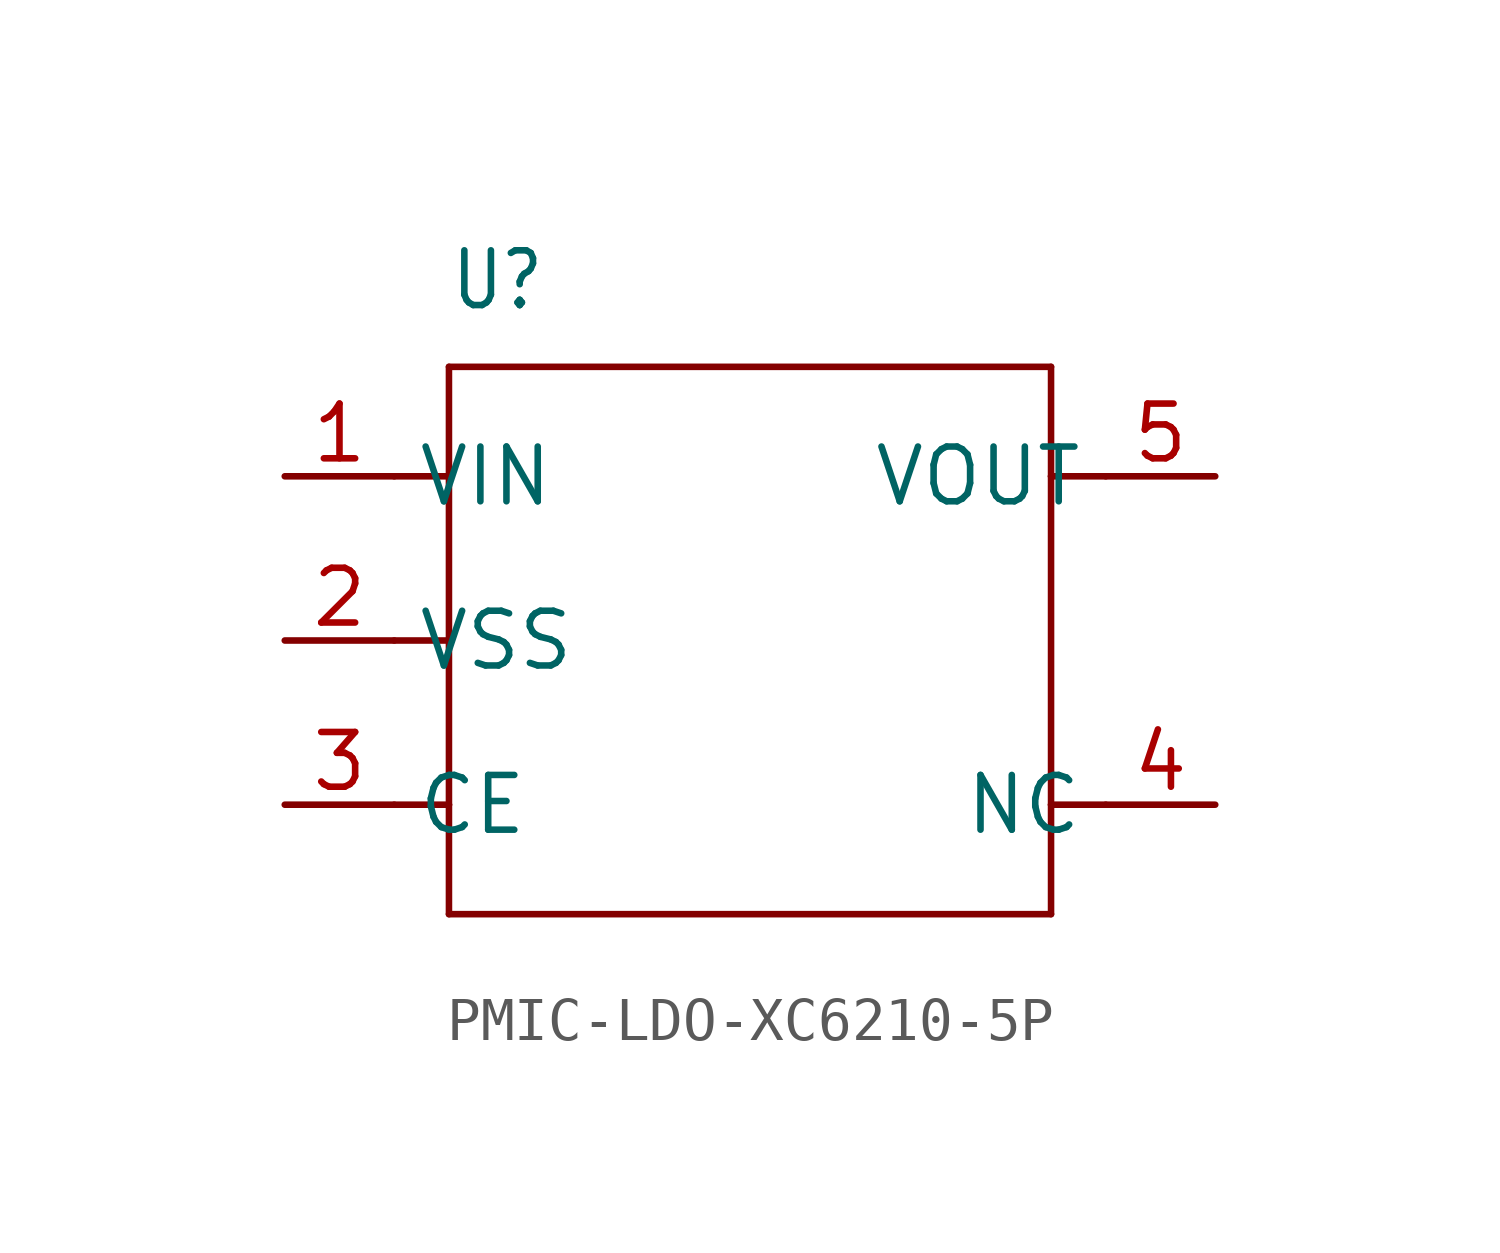
<source format=kicad_sym>
(kicad_symbol_lib
  (version 20231120)
  (generator "kicad_symbol_editor")
  (generator_version "8.0")
  (symbol "PMIC-LDO-XC6210-5P"
    (property "Reference" "U"
      (at -7.62 7.62 0)
      (effects (font (size 1.27 1.079)) (justify left bottom)))
    (property "Value" ""
      (at -7.62 6.35 0)
      (effects (font (size 1.27 1.079)) (justify left bottom)))
    (property "ki_locked" ""
      (at 0 0 0)
      (effects (font (size 1.27 1.27))))
    (symbol "PMIC-LDO-XC6210-5P_1_0"
      (polyline (pts (xy -7.62 -6.35) (xy -7.62 -3.81)) (stroke (width 0.152) (type solid)) (fill (type none)))
      (polyline (pts (xy -7.62 -3.81) (xy -8.89 -3.81)) (stroke (width 0.152) (type solid)) (fill (type none)))
      (polyline (pts (xy -7.62 -3.81) (xy -7.62 0)) (stroke (width 0.152) (type solid)) (fill (type none)))
      (polyline (pts (xy -7.62 0) (xy -8.89 0)) (stroke (width 0.152) (type solid)) (fill (type none)))
      (polyline (pts (xy -7.62 0) (xy -7.62 3.81)) (stroke (width 0.152) (type solid)) (fill (type none)))
      (polyline (pts (xy -7.62 3.81) (xy -8.89 3.81)) (stroke (width 0.152) (type solid)) (fill (type none)))
      (polyline (pts (xy -7.62 3.81) (xy -7.62 6.35)) (stroke (width 0.152) (type solid)) (fill (type none)))
      (polyline (pts (xy -7.62 6.35) (xy 6.35 6.35)) (stroke (width 0.152) (type solid)) (fill (type none)))
      (polyline (pts (xy 6.35 -6.35) (xy -7.62 -6.35)) (stroke (width 0.152) (type solid)) (fill (type none)))
      (polyline (pts (xy 6.35 -3.81) (xy 6.35 -6.35)) (stroke (width 0.152) (type solid)) (fill (type none)))
      (polyline (pts (xy 6.35 3.81) (xy 6.35 -3.81)) (stroke (width 0.152) (type solid)) (fill (type none)))
      (polyline (pts (xy 6.35 6.35) (xy 6.35 3.81)) (stroke (width 0.152) (type solid)) (fill (type none)))
      (polyline (pts (xy 7.62 -3.81) (xy 6.35 -3.81)) (stroke (width 0.152) (type solid)) (fill (type none)))
      (polyline (pts (xy 7.62 3.81) (xy 6.35 3.81)) (stroke (width 0.152) (type solid)) (fill (type none)))
      (pin bidirectional line (at -11.43 3.81 0) (length 2.54) (name "VIN" (effects (font (size 1.27 1.27)))) (number "1" (effects (font (size 1.27 1.27)))))
      (pin bidirectional line (at -11.43 0 0) (length 2.54) (name "VSS" (effects (font (size 1.27 1.27)))) (number "2" (effects (font (size 1.27 1.27)))))
      (pin bidirectional line (at -11.43 -3.81 0) (length 2.54) (name "CE" (effects (font (size 1.27 1.27)))) (number "3" (effects (font (size 1.27 1.27)))))
      (pin bidirectional line (at 10.16 -3.81 180) (length 2.54) (name "NC" (effects (font (size 1.27 1.27)))) (number "4" (effects (font (size 1.27 1.27)))))
      (pin bidirectional line (at 10.16 3.81 180) (length 2.54) (name "VOUT" (effects (font (size 1.27 1.27)))) (number "5" (effects (font (size 1.27 1.27))))))))
</source>
